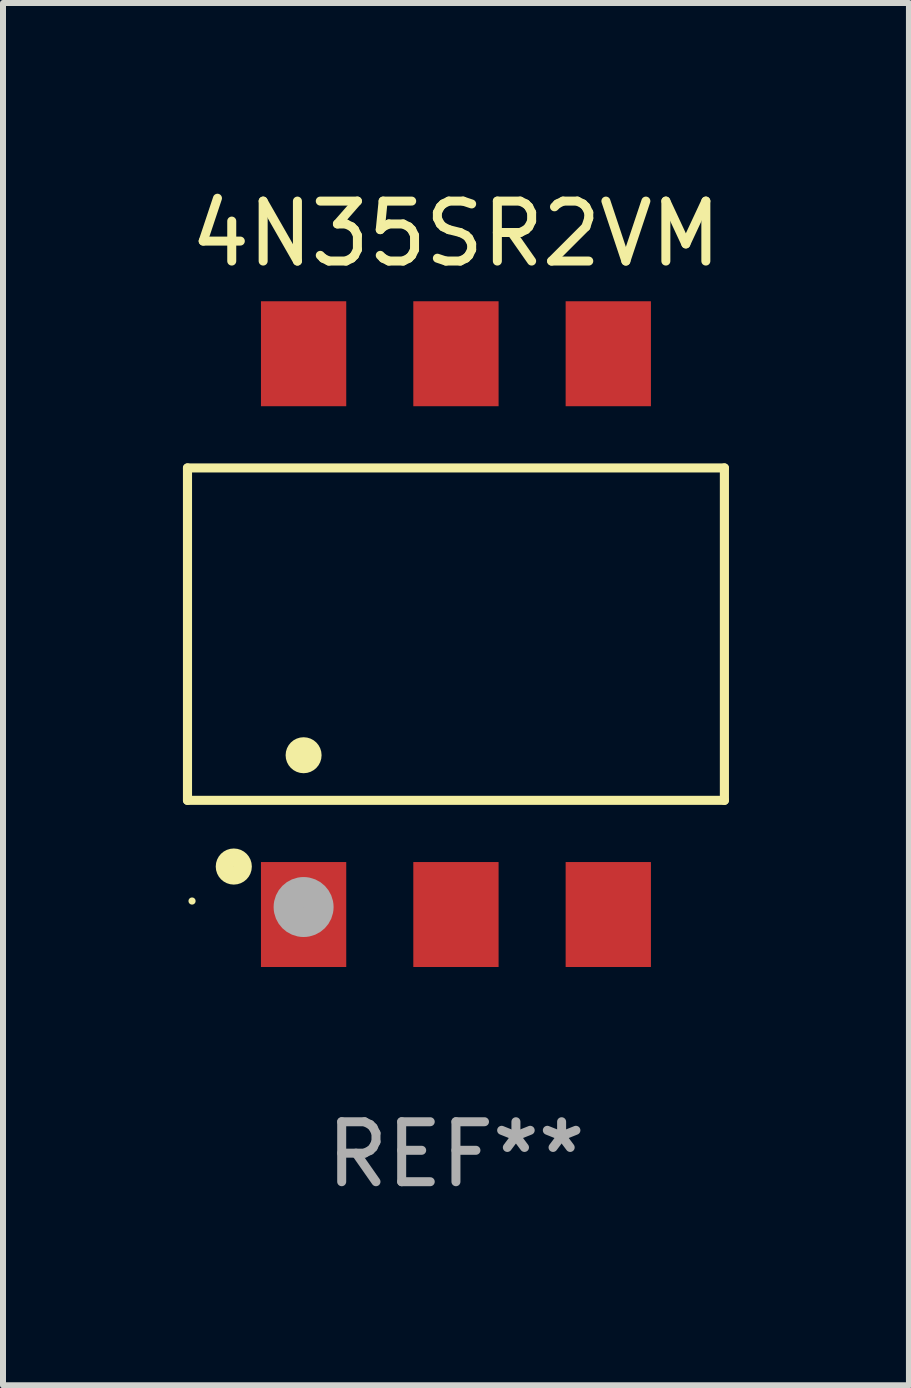
<source format=kicad_pcb>
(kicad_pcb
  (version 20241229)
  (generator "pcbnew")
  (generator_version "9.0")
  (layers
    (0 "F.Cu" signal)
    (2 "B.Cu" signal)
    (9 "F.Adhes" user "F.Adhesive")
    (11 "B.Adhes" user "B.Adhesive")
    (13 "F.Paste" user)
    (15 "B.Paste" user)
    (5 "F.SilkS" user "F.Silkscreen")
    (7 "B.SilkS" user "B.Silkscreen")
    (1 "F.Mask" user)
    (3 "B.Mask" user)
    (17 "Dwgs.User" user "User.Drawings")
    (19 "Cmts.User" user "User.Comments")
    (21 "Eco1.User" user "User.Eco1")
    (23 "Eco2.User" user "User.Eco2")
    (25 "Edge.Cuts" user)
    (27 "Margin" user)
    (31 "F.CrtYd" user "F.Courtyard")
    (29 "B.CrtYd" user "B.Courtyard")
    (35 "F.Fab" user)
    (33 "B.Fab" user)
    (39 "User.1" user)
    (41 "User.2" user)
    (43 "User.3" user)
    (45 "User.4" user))
  (footprint "4N35SR2VM"
    (layer "F.Cu")
    (at 4.552 7.523)
    (property "Reference" "4N35SR2VM" (at 0 -6.675 0) (layer "F.SilkS") (effects (font (size 1 1) (thickness 0.15))))
    (attr through_hole)
    (fp_line (start -4.476 -2.771) (end 4.476 -2.771) (stroke (width 0.152) (type solid)) (layer "F.SilkS"))
    (fp_line (start -4.476 2.771) (end -4.476 -2.771) (stroke (width 0.152) (type solid)) (layer "F.SilkS"))
    (fp_line (start 4.476 -2.771) (end 4.476 2.771) (stroke (width 0.152) (type solid)) (layer "F.SilkS"))
    (fp_line (start 4.476 2.771) (end -4.476 2.771) (stroke (width 0.152) (type solid)) (layer "F.SilkS"))
    (fp_circle (center -4.4 4.45) (end -4.37 4.45) (stroke (width 0.06) (type solid)) (fill no) (layer "F.SilkS"))
    (fp_circle (center -3.704 3.875) (end -3.553 3.875) (stroke (width 0.3) (type solid)) (fill no) (layer "F.SilkS"))
    (fp_circle (center -2.54 2.019) (end -2.39 2.019) (stroke (width 0.3) (type solid)) (fill no) (layer "F.SilkS"))
    (fp_circle (center -2.54 4.55) (end -2.29 4.55) (stroke (width 0.5) (type solid)) (fill no) (layer "F.Fab"))
    (fp_text user "REF**" (at 0 8.675 0) (layer "F.Fab") (effects (font (size 1 1) (thickness 0.15))))
    (pad "1" smd rect (at -2.54 4.675) (size 1.422 1.75) (layers "F.Cu" "F.Mask" "F.Paste"))
    (pad "2" smd rect (at 0 4.675) (size 1.422 1.75) (layers "F.Cu" "F.Mask" "F.Paste"))
    (pad "3" smd rect (at 2.54 4.675) (size 1.422 1.75) (layers "F.Cu" "F.Mask" "F.Paste"))
    (pad "4" smd rect (at 2.54 -4.675) (size 1.422 1.75) (layers "F.Cu" "F.Mask" "F.Paste"))
    (pad "5" smd rect (at 0 -4.675) (size 1.422 1.75) (layers "F.Cu" "F.Mask" "F.Paste"))
    (pad "6" smd rect (at -2.54 -4.675) (size 1.422 1.75) (layers "F.Cu" "F.Mask" "F.Paste")))
  (gr_rect
    (start -3 -3)
    (end 12.105 20.047)
    (stroke (width 0.1) (type default))
    (fill no)
    (layer "Edge.Cuts")))
</source>
